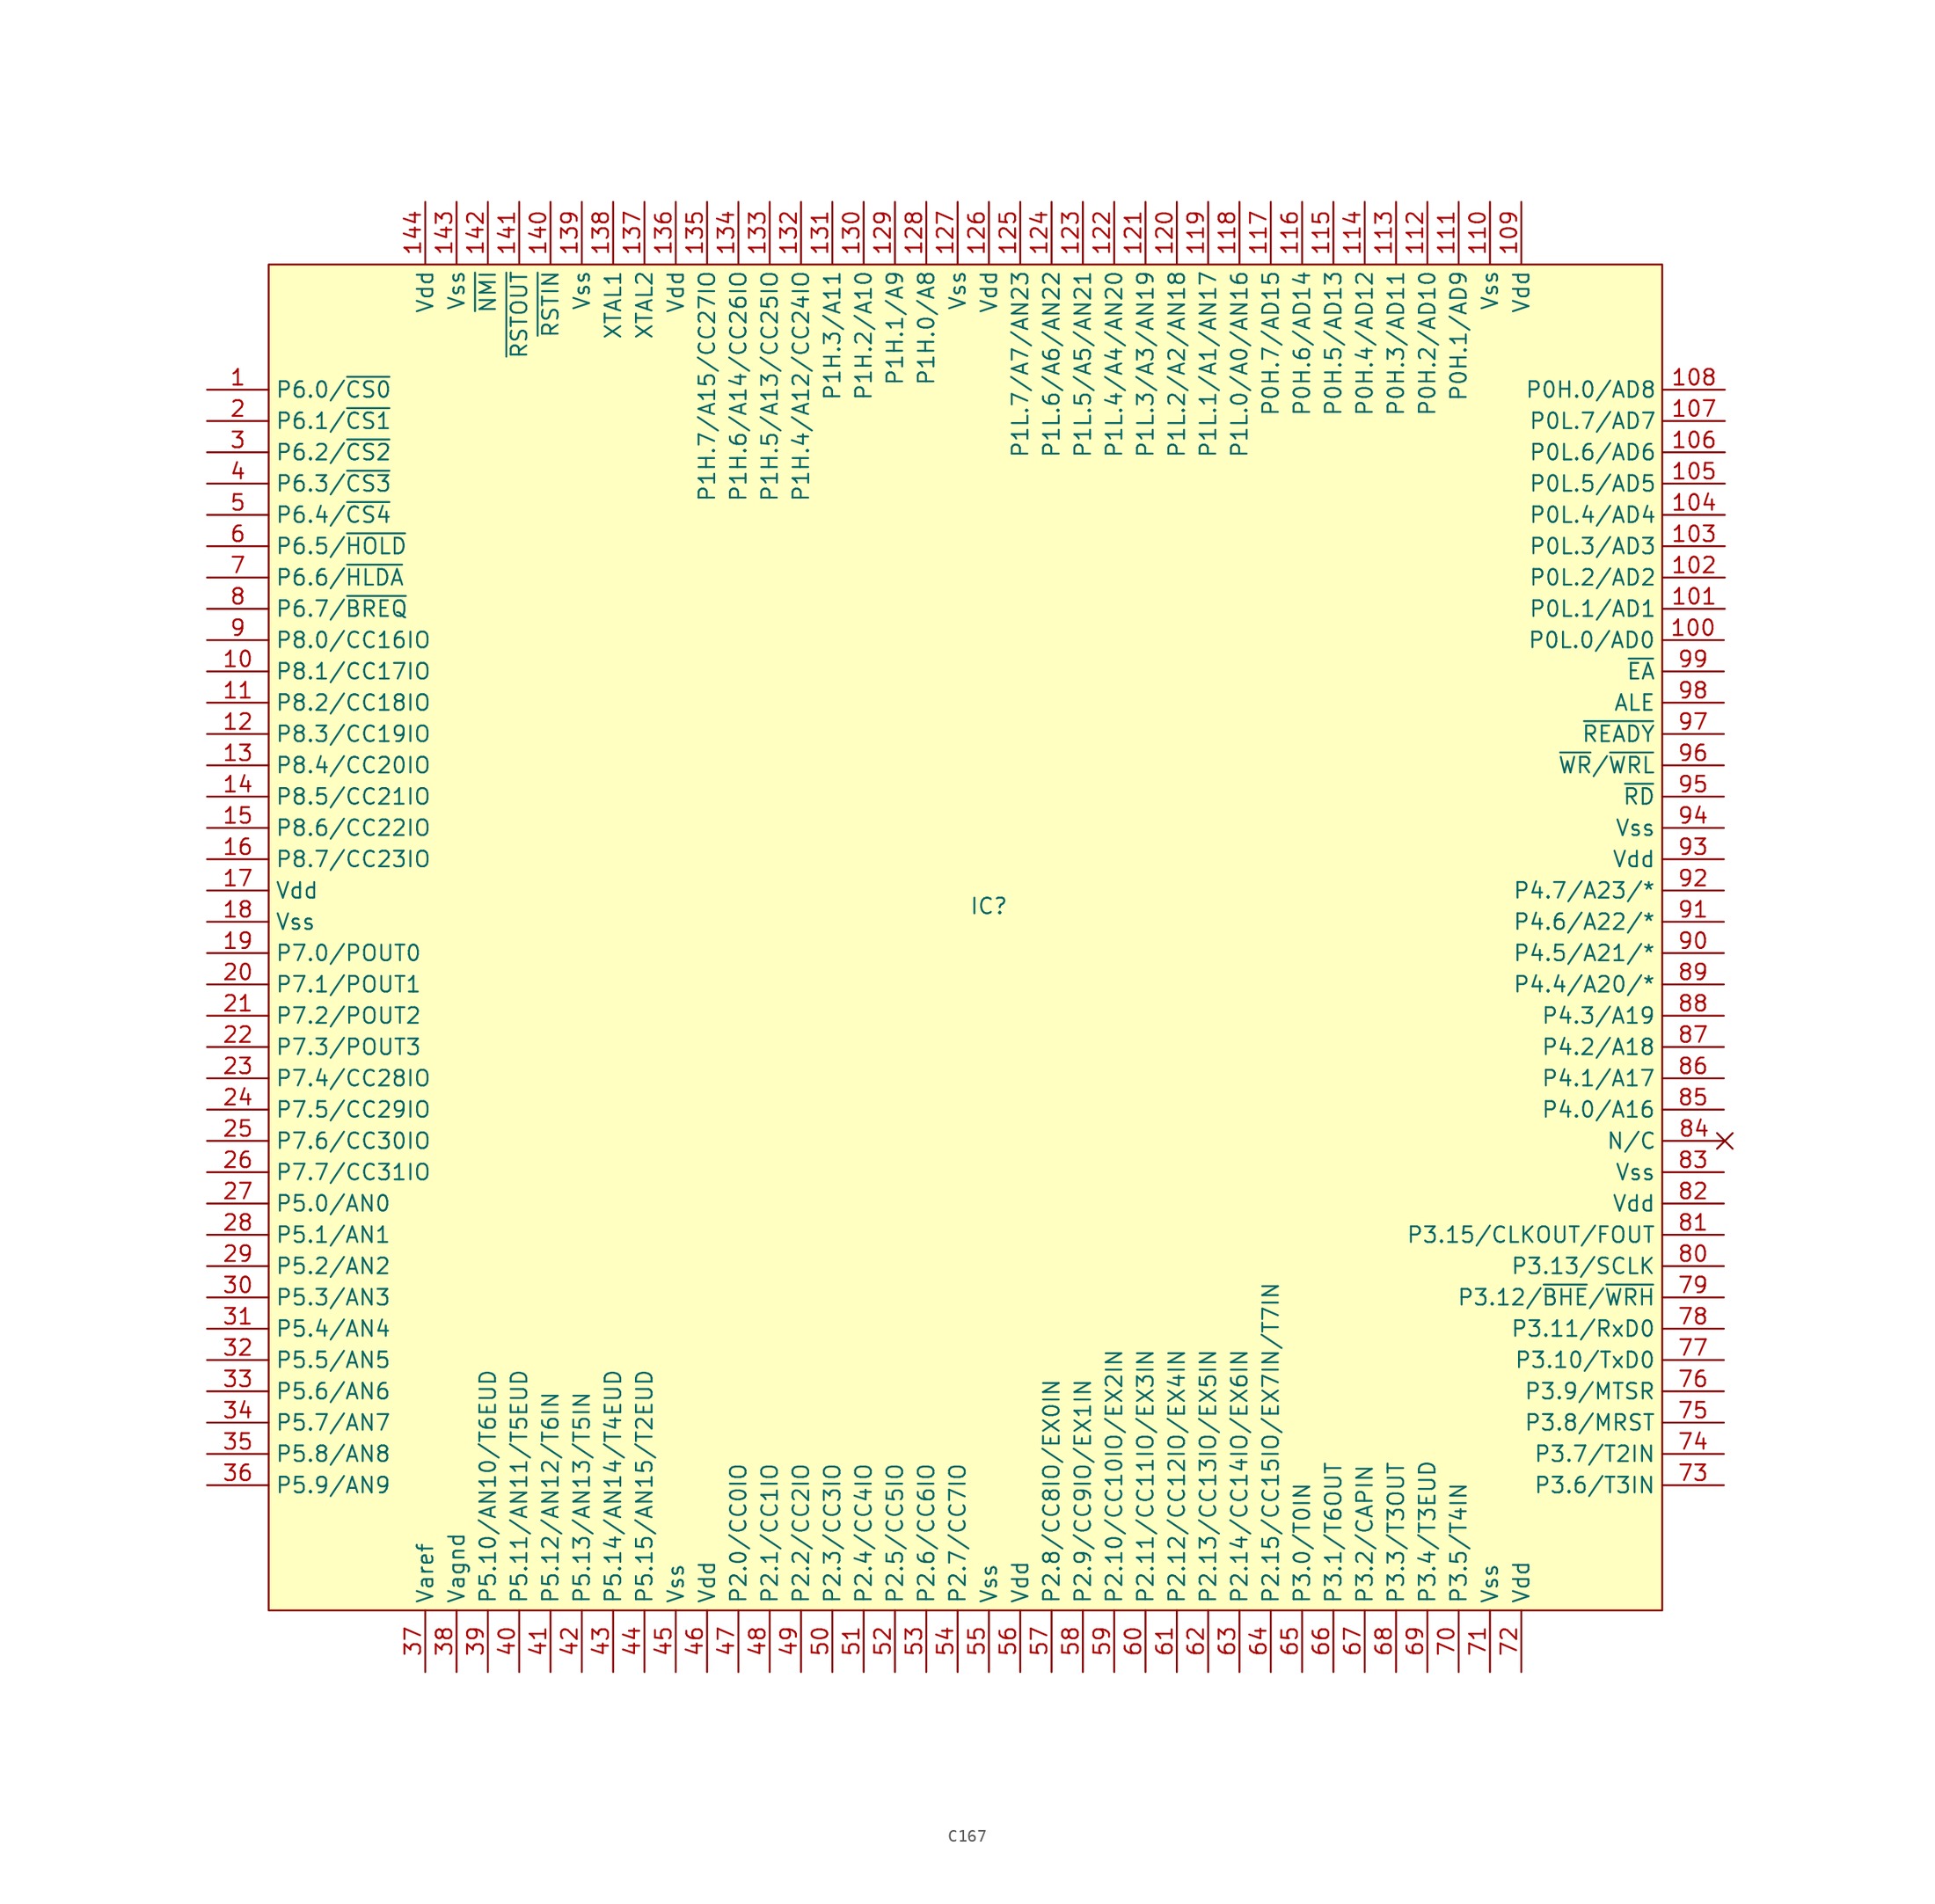
<source format=kicad_sym>
(kicad_symbol_lib
  (version 20241209)
  (generator "kicad_symbol_editor")
  (generator_version "9.0")
  (symbol "C167"
    (property "Reference" "IC"
      (at 43.18 -17.78 0)
      (effects (font (size 1.27 1.27))))
    (property "Value" ""
      (at 0 0 0)
      (effects (font (size 1.27 1.27))))
    (symbol "C167_1_1"
      (rectangle (start -15.24 34.29) (end 97.79 -74.93) (stroke (width 0) (type solid)) (fill (type color) (color 255 255 194 1)))
      (polyline (pts (xy 103.505 -36.195) (xy 102.235 -37.465)) (stroke (width 0) (type default)) (fill (type none)))
      (polyline (pts (xy 103.505 -37.465) (xy 102.235 -36.195)) (stroke (width 0) (type default)) (fill (type none)))
      (pin bidirectional line (at -20.24 24.13 0) (length 5) (name "P6.0/~{CS0}" (effects (font (size 1.27 1.27)))) (number "1" (effects (font (size 1.27 1.27)))))
      (pin bidirectional line (at -20.24 21.59 0) (length 5) (name "P6.1/~{CS1}" (effects (font (size 1.27 1.27)))) (number "2" (effects (font (size 1.27 1.27)))))
      (pin bidirectional line (at -20.24 19.05 0) (length 5) (name "P6.2/~{CS2}" (effects (font (size 1.27 1.27)))) (number "3" (effects (font (size 1.27 1.27)))))
      (pin bidirectional line (at -20.24 16.51 0) (length 5) (name "P6.3/~{CS3}" (effects (font (size 1.27 1.27)))) (number "4" (effects (font (size 1.27 1.27)))))
      (pin bidirectional line (at -20.24 13.97 0) (length 5) (name "P6.4/~{CS4}" (effects (font (size 1.27 1.27)))) (number "5" (effects (font (size 1.27 1.27)))))
      (pin bidirectional line (at -20.24 11.43 0) (length 5) (name "P6.5/~{HOLD}" (effects (font (size 1.27 1.27)))) (number "6" (effects (font (size 1.27 1.27)))))
      (pin bidirectional line (at -20.24 8.89 0) (length 5) (name "P6.6/~{HLDA}" (effects (font (size 1.27 1.27)))) (number "7" (effects (font (size 1.27 1.27)))))
      (pin bidirectional line (at -20.24 6.35 0) (length 5) (name "P6.7/~{BREQ}" (effects (font (size 1.27 1.27)))) (number "8" (effects (font (size 1.27 1.27)))))
      (pin bidirectional line (at -20.24 3.81 0) (length 5) (name "P8.0/CC16IO" (effects (font (size 1.27 1.27)))) (number "9" (effects (font (size 1.27 1.27)))))
      (pin bidirectional line (at -20.24 1.27 0) (length 5) (name "P8.1/CC17IO" (effects (font (size 1.27 1.27)))) (number "10" (effects (font (size 1.27 1.27)))))
      (pin bidirectional line (at -20.24 -1.27 0) (length 5) (name "P8.2/CC18IO" (effects (font (size 1.27 1.27)))) (number "11" (effects (font (size 1.27 1.27)))))
      (pin bidirectional line (at -20.24 -3.81 0) (length 5) (name "P8.3/CC19IO" (effects (font (size 1.27 1.27)))) (number "12" (effects (font (size 1.27 1.27)))))
      (pin bidirectional line (at -20.24 -6.35 0) (length 5) (name "P8.4/CC20IO" (effects (font (size 1.27 1.27)))) (number "13" (effects (font (size 1.27 1.27)))))
      (pin bidirectional line (at -20.24 -8.89 0) (length 5) (name "P8.5/CC21IO" (effects (font (size 1.27 1.27)))) (number "14" (effects (font (size 1.27 1.27)))))
      (pin bidirectional line (at -20.24 -11.43 0) (length 5) (name "P8.6/CC22IO" (effects (font (size 1.27 1.27)))) (number "15" (effects (font (size 1.27 1.27)))))
      (pin bidirectional line (at -20.24 -13.97 0) (length 5) (name "P8.7/CC23IO" (effects (font (size 1.27 1.27)))) (number "16" (effects (font (size 1.27 1.27)))))
      (pin bidirectional line (at -20.24 -16.51 0) (length 5) (name "Vdd" (effects (font (size 1.27 1.27)))) (number "17" (effects (font (size 1.27 1.27)))))
      (pin bidirectional line (at -20.24 -19.05 0) (length 5) (name "Vss" (effects (font (size 1.27 1.27)))) (number "18" (effects (font (size 1.27 1.27)))))
      (pin bidirectional line (at -20.24 -21.59 0) (length 5) (name "P7.0/POUT0" (effects (font (size 1.27 1.27)))) (number "19" (effects (font (size 1.27 1.27)))))
      (pin bidirectional line (at -20.24 -24.13 0) (length 5) (name "P7.1/POUT1" (effects (font (size 1.27 1.27)))) (number "20" (effects (font (size 1.27 1.27)))))
      (pin bidirectional line (at -20.24 -26.67 0) (length 5) (name "P7.2/POUT2" (effects (font (size 1.27 1.27)))) (number "21" (effects (font (size 1.27 1.27)))))
      (pin bidirectional line (at -20.24 -29.21 0) (length 5) (name "P7.3/POUT3" (effects (font (size 1.27 1.27)))) (number "22" (effects (font (size 1.27 1.27)))))
      (pin bidirectional line (at -20.24 -31.75 0) (length 5) (name "P7.4/CC28IO" (effects (font (size 1.27 1.27)))) (number "23" (effects (font (size 1.27 1.27)))))
      (pin bidirectional line (at -20.24 -34.29 0) (length 5) (name "P7.5/CC29IO" (effects (font (size 1.27 1.27)))) (number "24" (effects (font (size 1.27 1.27)))))
      (pin bidirectional line (at -20.24 -36.83 0) (length 5) (name "P7.6/CC30IO" (effects (font (size 1.27 1.27)))) (number "25" (effects (font (size 1.27 1.27)))))
      (pin bidirectional line (at -20.24 -39.37 0) (length 5) (name "P7.7/CC31IO" (effects (font (size 1.27 1.27)))) (number "26" (effects (font (size 1.27 1.27)))))
      (pin bidirectional line (at -20.24 -41.91 0) (length 5) (name "P5.0/AN0" (effects (font (size 1.27 1.27)))) (number "27" (effects (font (size 1.27 1.27)))))
      (pin bidirectional line (at -20.24 -44.45 0) (length 5) (name "P5.1/AN1" (effects (font (size 1.27 1.27)))) (number "28" (effects (font (size 1.27 1.27)))))
      (pin bidirectional line (at -20.24 -46.99 0) (length 5) (name "P5.2/AN2" (effects (font (size 1.27 1.27)))) (number "29" (effects (font (size 1.27 1.27)))))
      (pin bidirectional line (at -20.24 -49.53 0) (length 5) (name "P5.3/AN3" (effects (font (size 1.27 1.27)))) (number "30" (effects (font (size 1.27 1.27)))))
      (pin bidirectional line (at -20.24 -52.07 0) (length 5) (name "P5.4/AN4" (effects (font (size 1.27 1.27)))) (number "31" (effects (font (size 1.27 1.27)))))
      (pin bidirectional line (at -20.24 -54.61 0) (length 5) (name "P5.5/AN5" (effects (font (size 1.27 1.27)))) (number "32" (effects (font (size 1.27 1.27)))))
      (pin bidirectional line (at -20.24 -57.15 0) (length 5) (name "P5.6/AN6" (effects (font (size 1.27 1.27)))) (number "33" (effects (font (size 1.27 1.27)))))
      (pin bidirectional line (at -20.24 -59.69 0) (length 5) (name "P5.7/AN7" (effects (font (size 1.27 1.27)))) (number "34" (effects (font (size 1.27 1.27)))))
      (pin bidirectional line (at -20.24 -62.23 0) (length 5) (name "P5.8/AN8" (effects (font (size 1.27 1.27)))) (number "35" (effects (font (size 1.27 1.27)))))
      (pin bidirectional line (at -20.24 -64.77 0) (length 5) (name "P5.9/AN9" (effects (font (size 1.27 1.27)))) (number "36" (effects (font (size 1.27 1.27)))))
      (pin bidirectional line (at -2.54 39.37 270) (length 5) (name "Vdd" (effects (font (size 1.27 1.27)))) (number "144" (effects (font (size 1.27 1.27)))))
      (pin bidirectional line (at -2.54 -79.93 90) (length 5) (name "Varef" (effects (font (size 1.27 1.27)))) (number "37" (effects (font (size 1.27 1.27)))))
      (pin bidirectional line (at 0 39.37 270) (length 5) (name "Vss" (effects (font (size 1.27 1.27)))) (number "143" (effects (font (size 1.27 1.27)))))
      (pin bidirectional line (at 0 -79.93 90) (length 5) (name "Vagnd" (effects (font (size 1.27 1.27)))) (number "38" (effects (font (size 1.27 1.27)))))
      (pin bidirectional line (at 2.54 39.37 270) (length 5) (name "~{NMI}" (effects (font (size 1.27 1.27)))) (number "142" (effects (font (size 1.27 1.27)))))
      (pin bidirectional line (at 2.54 -79.93 90) (length 5) (name "P5.10/AN10/T6EUD" (effects (font (size 1.27 1.27)))) (number "39" (effects (font (size 1.27 1.27)))))
      (pin bidirectional line (at 5.08 39.37 270) (length 5) (name "~{RSTOUT}" (effects (font (size 1.27 1.27)))) (number "141" (effects (font (size 1.27 1.27)))))
      (pin bidirectional line (at 5.08 -79.93 90) (length 5) (name "P5.11/AN11/T5EUD" (effects (font (size 1.27 1.27)))) (number "40" (effects (font (size 1.27 1.27)))))
      (pin bidirectional line (at 7.62 39.37 270) (length 5) (name "~{RSTIN}" (effects (font (size 1.27 1.27)))) (number "140" (effects (font (size 1.27 1.27)))))
      (pin bidirectional line (at 7.62 -79.93 90) (length 5) (name "P5.12/AN12/T6IN" (effects (font (size 1.27 1.27)))) (number "41" (effects (font (size 1.27 1.27)))))
      (pin bidirectional line (at 10.16 39.37 270) (length 5) (name "Vss" (effects (font (size 1.27 1.27)))) (number "139" (effects (font (size 1.27 1.27)))))
      (pin bidirectional line (at 10.16 -79.93 90) (length 5) (name "P5.13/AN13/T5IN" (effects (font (size 1.27 1.27)))) (number "42" (effects (font (size 1.27 1.27)))))
      (pin bidirectional line (at 12.7 39.37 270) (length 5) (name "XTAL1" (effects (font (size 1.27 1.27)))) (number "138" (effects (font (size 1.27 1.27)))))
      (pin bidirectional line (at 12.7 -79.93 90) (length 5) (name "P5.14/AN14/T4EUD" (effects (font (size 1.27 1.27)))) (number "43" (effects (font (size 1.27 1.27)))))
      (pin bidirectional line (at 15.24 39.37 270) (length 5) (name "XTAL2" (effects (font (size 1.27 1.27)))) (number "137" (effects (font (size 1.27 1.27)))))
      (pin bidirectional line (at 15.24 -79.93 90) (length 5) (name "P5.15/AN15/T2EUD" (effects (font (size 1.27 1.27)))) (number "44" (effects (font (size 1.27 1.27)))))
      (pin bidirectional line (at 17.78 39.37 270) (length 5) (name "Vdd" (effects (font (size 1.27 1.27)))) (number "136" (effects (font (size 1.27 1.27)))))
      (pin bidirectional line (at 17.78 -79.93 90) (length 5) (name "Vss" (effects (font (size 1.27 1.27)))) (number "45" (effects (font (size 1.27 1.27)))))
      (pin bidirectional line (at 20.32 39.37 270) (length 5) (name "P1H.7/A15/CC27IO" (effects (font (size 1.27 1.27)))) (number "135" (effects (font (size 1.27 1.27)))))
      (pin bidirectional line (at 20.32 -79.93 90) (length 5) (name "Vdd" (effects (font (size 1.27 1.27)))) (number "46" (effects (font (size 1.27 1.27)))))
      (pin bidirectional line (at 22.86 39.37 270) (length 5) (name "P1H.6/A14/CC26IO" (effects (font (size 1.27 1.27)))) (number "134" (effects (font (size 1.27 1.27)))))
      (pin bidirectional line (at 22.86 -79.93 90) (length 5) (name "P2.0/CC0IO" (effects (font (size 1.27 1.27)))) (number "47" (effects (font (size 1.27 1.27)))))
      (pin bidirectional line (at 25.4 39.37 270) (length 5) (name "P1H.5/A13/CC25IO" (effects (font (size 1.27 1.27)))) (number "133" (effects (font (size 1.27 1.27)))))
      (pin bidirectional line (at 25.4 -79.93 90) (length 5) (name "P2.1/CC1IO" (effects (font (size 1.27 1.27)))) (number "48" (effects (font (size 1.27 1.27)))))
      (pin bidirectional line (at 27.94 39.37 270) (length 5) (name "P1H.4/A12/CC24IO" (effects (font (size 1.27 1.27)))) (number "132" (effects (font (size 1.27 1.27)))))
      (pin bidirectional line (at 27.94 -79.93 90) (length 5) (name "P2.2/CC2IO" (effects (font (size 1.27 1.27)))) (number "49" (effects (font (size 1.27 1.27)))))
      (pin bidirectional line (at 30.48 39.37 270) (length 5) (name "P1H.3/A11" (effects (font (size 1.27 1.27)))) (number "131" (effects (font (size 1.27 1.27)))))
      (pin bidirectional line (at 30.48 -79.93 90) (length 5) (name "P2.3/CC3IO" (effects (font (size 1.27 1.27)))) (number "50" (effects (font (size 1.27 1.27)))))
      (pin bidirectional line (at 33.02 39.37 270) (length 5) (name "P1H.2/A10" (effects (font (size 1.27 1.27)))) (number "130" (effects (font (size 1.27 1.27)))))
      (pin bidirectional line (at 33.02 -79.93 90) (length 5) (name "P2.4/CC4IO" (effects (font (size 1.27 1.27)))) (number "51" (effects (font (size 1.27 1.27)))))
      (pin bidirectional line (at 35.56 39.37 270) (length 5) (name "P1H.1/A9" (effects (font (size 1.27 1.27)))) (number "129" (effects (font (size 1.27 1.27)))))
      (pin bidirectional line (at 35.56 -79.93 90) (length 5) (name "P2.5/CC5IO" (effects (font (size 1.27 1.27)))) (number "52" (effects (font (size 1.27 1.27)))))
      (pin bidirectional line (at 38.1 39.37 270) (length 5) (name "P1H.0/A8" (effects (font (size 1.27 1.27)))) (number "128" (effects (font (size 1.27 1.27)))))
      (pin bidirectional line (at 38.1 -79.93 90) (length 5) (name "P2.6/CC6IO" (effects (font (size 1.27 1.27)))) (number "53" (effects (font (size 1.27 1.27)))))
      (pin bidirectional line (at 40.64 39.37 270) (length 5) (name "Vss" (effects (font (size 1.27 1.27)))) (number "127" (effects (font (size 1.27 1.27)))))
      (pin bidirectional line (at 40.64 -79.93 90) (length 5) (name "P2.7/CC7IO" (effects (font (size 1.27 1.27)))) (number "54" (effects (font (size 1.27 1.27)))))
      (pin bidirectional line (at 43.18 39.37 270) (length 5) (name "Vdd" (effects (font (size 1.27 1.27)))) (number "126" (effects (font (size 1.27 1.27)))))
      (pin bidirectional line (at 43.18 -79.93 90) (length 5) (name "Vss" (effects (font (size 1.27 1.27)))) (number "55" (effects (font (size 1.27 1.27)))))
      (pin bidirectional line (at 45.72 39.37 270) (length 5) (name "P1L.7/A7/AN23" (effects (font (size 1.27 1.27)))) (number "125" (effects (font (size 1.27 1.27)))))
      (pin bidirectional line (at 45.72 -79.93 90) (length 5) (name "Vdd" (effects (font (size 1.27 1.27)))) (number "56" (effects (font (size 1.27 1.27)))))
      (pin bidirectional line (at 48.26 39.37 270) (length 5) (name "P1L.6/A6/AN22" (effects (font (size 1.27 1.27)))) (number "124" (effects (font (size 1.27 1.27)))))
      (pin bidirectional line (at 48.26 -79.93 90) (length 5) (name "P2.8/CC8IO/EX0IN" (effects (font (size 1.27 1.27)))) (number "57" (effects (font (size 1.27 1.27)))))
      (pin bidirectional line (at 50.8 39.37 270) (length 5) (name "P1L.5/A5/AN21" (effects (font (size 1.27 1.27)))) (number "123" (effects (font (size 1.27 1.27)))))
      (pin bidirectional line (at 50.8 -79.93 90) (length 5) (name "P2.9/CC9IO/EX1IN" (effects (font (size 1.27 1.27)))) (number "58" (effects (font (size 1.27 1.27)))))
      (pin bidirectional line (at 53.34 39.37 270) (length 5) (name "P1L.4/A4/AN20" (effects (font (size 1.27 1.27)))) (number "122" (effects (font (size 1.27 1.27)))))
      (pin bidirectional line (at 53.34 -79.93 90) (length 5) (name "P2.10/CC10IO/EX2IN" (effects (font (size 1.27 1.27)))) (number "59" (effects (font (size 1.27 1.27)))))
      (pin bidirectional line (at 55.88 39.37 270) (length 5) (name "P1L.3/A3/AN19" (effects (font (size 1.27 1.27)))) (number "121" (effects (font (size 1.27 1.27)))))
      (pin bidirectional line (at 55.88 -79.93 90) (length 5) (name "P2.11/CC11IO/EX3IN" (effects (font (size 1.27 1.27)))) (number "60" (effects (font (size 1.27 1.27)))))
      (pin bidirectional line (at 58.42 39.37 270) (length 5) (name "P1L.2/A2/AN18" (effects (font (size 1.27 1.27)))) (number "120" (effects (font (size 1.27 1.27)))))
      (pin bidirectional line (at 58.42 -79.93 90) (length 5) (name "P2.12/CC12IO/EX4IN" (effects (font (size 1.27 1.27)))) (number "61" (effects (font (size 1.27 1.27)))))
      (pin bidirectional line (at 60.96 39.37 270) (length 5) (name "P1L.1/A1/AN17" (effects (font (size 1.27 1.27)))) (number "119" (effects (font (size 1.27 1.27)))))
      (pin bidirectional line (at 60.96 -79.93 90) (length 5) (name "P2.13/CC13IO/EX5IN" (effects (font (size 1.27 1.27)))) (number "62" (effects (font (size 1.27 1.27)))))
      (pin bidirectional line (at 63.5 39.37 270) (length 5) (name "P1L.0/A0/AN16" (effects (font (size 1.27 1.27)))) (number "118" (effects (font (size 1.27 1.27)))))
      (pin bidirectional line (at 63.5 -79.93 90) (length 5) (name "P2.14/CC14IO/EX6IN" (effects (font (size 1.27 1.27)))) (number "63" (effects (font (size 1.27 1.27)))))
      (pin bidirectional line (at 66.04 39.37 270) (length 5) (name "P0H.7/AD15" (effects (font (size 1.27 1.27)))) (number "117" (effects (font (size 1.27 1.27)))))
      (pin bidirectional line (at 66.04 -79.93 90) (length 5) (name "P2.15/CC15IO/EX7IN/T7IN" (effects (font (size 1.27 1.27)))) (number "64" (effects (font (size 1.27 1.27)))))
      (pin bidirectional line (at 68.58 39.37 270) (length 5) (name "P0H.6/AD14" (effects (font (size 1.27 1.27)))) (number "116" (effects (font (size 1.27 1.27)))))
      (pin bidirectional line (at 68.58 -79.93 90) (length 5) (name "P3.0/T0IN" (effects (font (size 1.27 1.27)))) (number "65" (effects (font (size 1.27 1.27)))))
      (pin bidirectional line (at 71.12 39.37 270) (length 5) (name "P0H.5/AD13" (effects (font (size 1.27 1.27)))) (number "115" (effects (font (size 1.27 1.27)))))
      (pin bidirectional line (at 71.12 -79.93 90) (length 5) (name "P3.1/T6OUT" (effects (font (size 1.27 1.27)))) (number "66" (effects (font (size 1.27 1.27)))))
      (pin bidirectional line (at 73.66 39.37 270) (length 5) (name "P0H.4/AD12" (effects (font (size 1.27 1.27)))) (number "114" (effects (font (size 1.27 1.27)))))
      (pin bidirectional line (at 73.66 -79.93 90) (length 5) (name "P3.2/CAPIN" (effects (font (size 1.27 1.27)))) (number "67" (effects (font (size 1.27 1.27)))))
      (pin bidirectional line (at 76.2 39.37 270) (length 5) (name "P0H.3/AD11" (effects (font (size 1.27 1.27)))) (number "113" (effects (font (size 1.27 1.27)))))
      (pin bidirectional line (at 76.2 -79.93 90) (length 5) (name "P3.3/T3OUT" (effects (font (size 1.27 1.27)))) (number "68" (effects (font (size 1.27 1.27)))))
      (pin bidirectional line (at 78.74 39.37 270) (length 5) (name "P0H.2/AD10" (effects (font (size 1.27 1.27)))) (number "112" (effects (font (size 1.27 1.27)))))
      (pin bidirectional line (at 78.74 -79.93 90) (length 5) (name "P3.4/T3EUD" (effects (font (size 1.27 1.27)))) (number "69" (effects (font (size 1.27 1.27)))))
      (pin bidirectional line (at 81.28 39.37 270) (length 5) (name "P0H.1/AD9" (effects (font (size 1.27 1.27)))) (number "111" (effects (font (size 1.27 1.27)))))
      (pin bidirectional line (at 81.28 -79.93 90) (length 5) (name "P3.5/T4IN" (effects (font (size 1.27 1.27)))) (number "70" (effects (font (size 1.27 1.27)))))
      (pin bidirectional line (at 83.82 39.37 270) (length 5) (name "Vss" (effects (font (size 1.27 1.27)))) (number "110" (effects (font (size 1.27 1.27)))))
      (pin bidirectional line (at 83.82 -79.93 90) (length 5) (name "Vss" (effects (font (size 1.27 1.27)))) (number "71" (effects (font (size 1.27 1.27)))))
      (pin bidirectional line (at 86.36 39.37 270) (length 5) (name "Vdd" (effects (font (size 1.27 1.27)))) (number "109" (effects (font (size 1.27 1.27)))))
      (pin bidirectional line (at 86.36 -79.93 90) (length 5) (name "Vdd" (effects (font (size 1.27 1.27)))) (number "72" (effects (font (size 1.27 1.27)))))
      (pin bidirectional line (at 102.79 3.81 180) (length 5) (name "P0L.0/AD0" (effects (font (size 1.27 1.27)))) (number "100" (effects (font (size 1.27 1.27)))))
      (pin bidirectional line (at 102.79 1.27 180) (length 5) (name "~{EA}" (effects (font (size 1.27 1.27)))) (number "99" (effects (font (size 1.27 1.27)))))
      (pin bidirectional line (at 102.79 -1.27 180) (length 5) (name "ALE" (effects (font (size 1.27 1.27)))) (number "98" (effects (font (size 1.27 1.27)))))
      (pin bidirectional line (at 102.79 -3.81 180) (length 5) (name "~{READY}" (effects (font (size 1.27 1.27)))) (number "97" (effects (font (size 1.27 1.27)))))
      (pin bidirectional line (at 102.79 -6.35 180) (length 5) (name "~{WR}/~{WRL}" (effects (font (size 1.27 1.27)))) (number "96" (effects (font (size 1.27 1.27)))))
      (pin bidirectional line (at 102.79 -8.89 180) (length 5) (name "~{RD}" (effects (font (size 1.27 1.27)))) (number "95" (effects (font (size 1.27 1.27)))))
      (pin bidirectional line (at 102.79 -11.43 180) (length 5) (name "Vss" (effects (font (size 1.27 1.27)))) (number "94" (effects (font (size 1.27 1.27)))))
      (pin bidirectional line (at 102.79 -13.97 180) (length 5) (name "Vdd" (effects (font (size 1.27 1.27)))) (number "93" (effects (font (size 1.27 1.27)))))
      (pin bidirectional line (at 102.79 -16.51 180) (length 5) (name "P4.7/A23/*" (effects (font (size 1.27 1.27)))) (number "92" (effects (font (size 1.27 1.27)))))
      (pin bidirectional line (at 102.79 -19.05 180) (length 5) (name "P4.6/A22/*" (effects (font (size 1.27 1.27)))) (number "91" (effects (font (size 1.27 1.27)))))
      (pin bidirectional line (at 102.79 -21.59 180) (length 5) (name "P4.5/A21/*" (effects (font (size 1.27 1.27)))) (number "90" (effects (font (size 1.27 1.27)))))
      (pin bidirectional line (at 102.79 -24.13 180) (length 5) (name "P4.4/A20/*" (effects (font (size 1.27 1.27)))) (number "89" (effects (font (size 1.27 1.27)))))
      (pin bidirectional line (at 102.79 -26.67 180) (length 5) (name "P4.3/A19" (effects (font (size 1.27 1.27)))) (number "88" (effects (font (size 1.27 1.27)))))
      (pin bidirectional line (at 102.79 -29.21 180) (length 5) (name "P4.2/A18" (effects (font (size 1.27 1.27)))) (number "87" (effects (font (size 1.27 1.27)))))
      (pin bidirectional line (at 102.79 -31.75 180) (length 5) (name "P4.1/A17" (effects (font (size 1.27 1.27)))) (number "86" (effects (font (size 1.27 1.27)))))
      (pin bidirectional line (at 102.79 -34.29 180) (length 5) (name "P4.0/A16" (effects (font (size 1.27 1.27)))) (number "85" (effects (font (size 1.27 1.27)))))
      (pin bidirectional line (at 102.79 -39.37 180) (length 5) (name "Vss" (effects (font (size 1.27 1.27)))) (number "83" (effects (font (size 1.27 1.27)))))
      (pin bidirectional line (at 102.79 -41.91 180) (length 5) (name "Vdd" (effects (font (size 1.27 1.27)))) (number "82" (effects (font (size 1.27 1.27)))))
      (pin bidirectional line (at 102.79 -44.45 180) (length 5) (name "P3.15/CLKOUT/FOUT" (effects (font (size 1.27 1.27)))) (number "81" (effects (font (size 1.27 1.27)))))
      (pin bidirectional line (at 102.79 -46.99 180) (length 5) (name "P3.13/SCLK" (effects (font (size 1.27 1.27)))) (number "80" (effects (font (size 1.27 1.27)))))
      (pin bidirectional line (at 102.79 -49.53 180) (length 5) (name "P3.12/~{BHE}/~{WRH}" (effects (font (size 1.27 1.27)))) (number "79" (effects (font (size 1.27 1.27)))))
      (pin bidirectional line (at 102.79 -52.07 180) (length 5) (name "P3.11/RxD0" (effects (font (size 1.27 1.27)))) (number "78" (effects (font (size 1.27 1.27)))))
      (pin bidirectional line (at 102.79 -54.61 180) (length 5) (name "P3.10/TxD0" (effects (font (size 1.27 1.27)))) (number "77" (effects (font (size 1.27 1.27)))))
      (pin bidirectional line (at 102.79 -57.15 180) (length 5) (name "P3.9/MTSR" (effects (font (size 1.27 1.27)))) (number "76" (effects (font (size 1.27 1.27)))))
      (pin bidirectional line (at 102.79 -59.69 180) (length 5) (name "P3.8/MRST" (effects (font (size 1.27 1.27)))) (number "75" (effects (font (size 1.27 1.27)))))
      (pin bidirectional line (at 102.79 -62.23 180) (length 5) (name "P3.7/T2IN" (effects (font (size 1.27 1.27)))) (number "74" (effects (font (size 1.27 1.27)))))
      (pin bidirectional line (at 102.79 -64.77 180) (length 5) (name "P3.6/T3IN" (effects (font (size 1.27 1.27)))) (number "73" (effects (font (size 1.27 1.27)))))
      (pin bidirectional line (at 102.87 24.13 180) (length 5) (name "P0H.0/AD8" (effects (font (size 1.27 1.27)))) (number "108" (effects (font (size 1.27 1.27)))))
      (pin bidirectional line (at 102.87 21.59 180) (length 5) (name "P0L.7/AD7" (effects (font (size 1.27 1.27)))) (number "107" (effects (font (size 1.27 1.27)))))
      (pin bidirectional line (at 102.87 19.05 180) (length 5) (name "P0L.6/AD6" (effects (font (size 1.27 1.27)))) (number "106" (effects (font (size 1.27 1.27)))))
      (pin bidirectional line (at 102.87 16.51 180) (length 5) (name "P0L.5/AD5" (effects (font (size 1.27 1.27)))) (number "105" (effects (font (size 1.27 1.27)))))
      (pin bidirectional line (at 102.87 13.97 180) (length 5) (name "P0L.4/AD4" (effects (font (size 1.27 1.27)))) (number "104" (effects (font (size 1.27 1.27)))))
      (pin bidirectional line (at 102.87 11.43 180) (length 5) (name "P0L.3/AD3" (effects (font (size 1.27 1.27)))) (number "103" (effects (font (size 1.27 1.27)))))
      (pin bidirectional line (at 102.87 8.89 180) (length 5) (name "P0L.2/AD2" (effects (font (size 1.27 1.27)))) (number "102" (effects (font (size 1.27 1.27)))))
      (pin bidirectional line (at 102.87 6.35 180) (length 5) (name "P0L.1/AD1" (effects (font (size 1.27 1.27)))) (number "101" (effects (font (size 1.27 1.27)))))
      (pin bidirectional line (at 102.87 -36.83 180) (length 5) (name "N/C" (effects (font (size 1.27 1.27)))) (number "84" (effects (font (size 1.27 1.27))))))))
</source>
